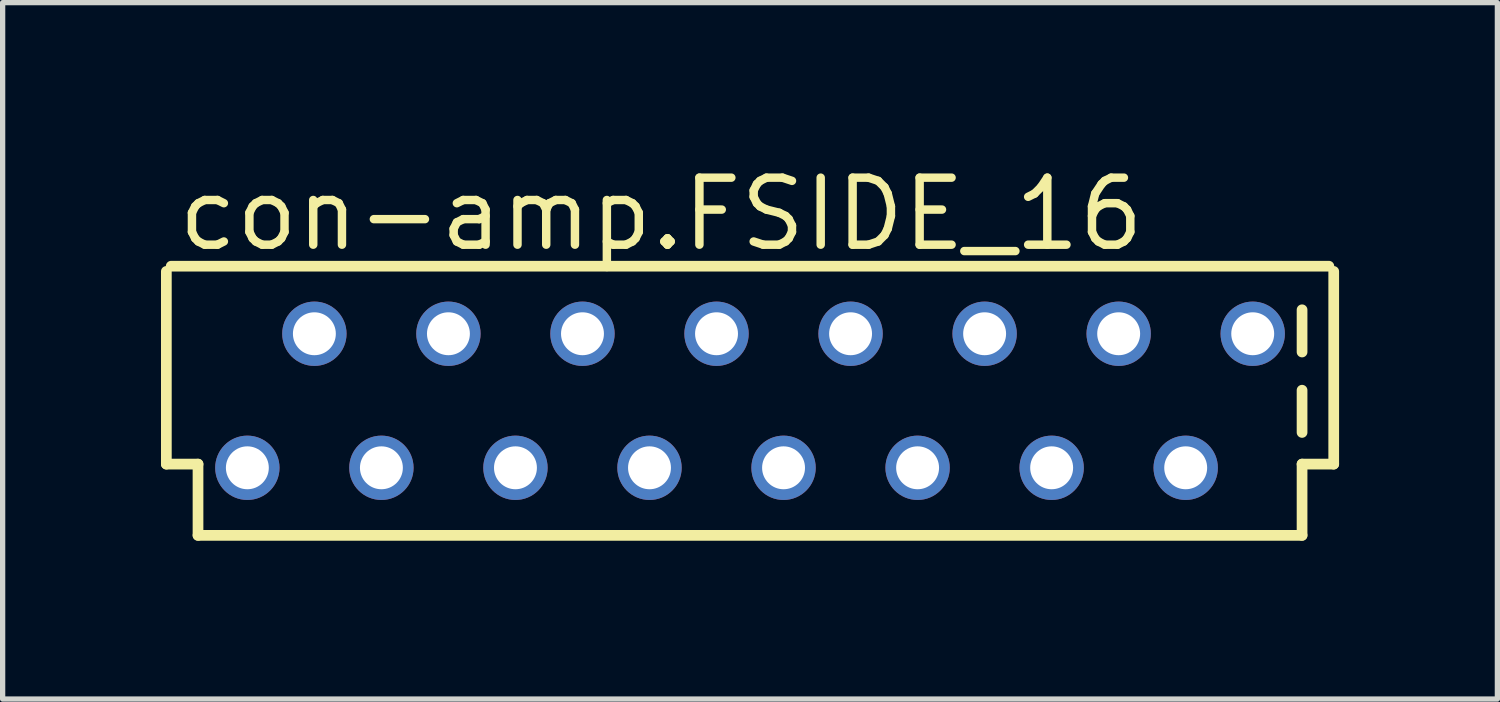
<source format=kicad_pcb>
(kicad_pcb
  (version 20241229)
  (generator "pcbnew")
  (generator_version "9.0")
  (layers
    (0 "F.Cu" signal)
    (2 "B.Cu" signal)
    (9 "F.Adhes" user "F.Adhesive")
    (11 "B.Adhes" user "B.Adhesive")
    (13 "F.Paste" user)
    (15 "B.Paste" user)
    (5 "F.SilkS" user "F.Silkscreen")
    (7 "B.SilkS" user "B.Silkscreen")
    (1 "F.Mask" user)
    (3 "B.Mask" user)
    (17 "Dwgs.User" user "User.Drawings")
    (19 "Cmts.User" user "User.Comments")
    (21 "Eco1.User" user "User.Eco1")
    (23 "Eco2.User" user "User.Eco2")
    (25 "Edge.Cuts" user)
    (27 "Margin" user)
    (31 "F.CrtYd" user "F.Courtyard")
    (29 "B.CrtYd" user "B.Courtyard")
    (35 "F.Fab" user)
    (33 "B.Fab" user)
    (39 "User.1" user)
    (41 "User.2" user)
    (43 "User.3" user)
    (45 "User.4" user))
  (footprint "con-amp.FSIDE_16"
    (layer "F.Cu")
    (at 11.162 4.544)
    (property "Reference" "con-amp.FSIDE_16" (at -10.922 -2.794 0) (layer "F.SilkS") (effects (font (size 1.27 1.27) (thickness 0.16)) (justify left bottom)))
    (attr through_hole)
    (fp_line (start -11.06 -2.451) (end -11.06 1.2) (stroke (width 0.203) (type default)) (layer "F.SilkS"))
    (fp_line (start -11.06 1.2) (end -10.46 1.2) (stroke (width 0.203) (type default)) (layer "F.SilkS"))
    (fp_line (start -10.46 1.2) (end -10.46 2.55) (stroke (width 0.203) (type default)) (layer "F.SilkS"))
    (fp_line (start -10.46 2.55) (end 10.46 2.55) (stroke (width 0.203) (type default)) (layer "F.SilkS"))
    (fp_line (start 10.46 -1.724) (end 10.46 -0.924) (stroke (width 0.203) (type default)) (layer "F.SilkS"))
    (fp_line (start 10.46 -0.2) (end 10.46 0.6) (stroke (width 0.203) (type default)) (layer "F.SilkS"))
    (fp_line (start 10.46 1.2) (end 11.06 1.2) (stroke (width 0.203) (type default)) (layer "F.SilkS"))
    (fp_line (start 10.46 2.55) (end 10.46 1.2) (stroke (width 0.203) (type default)) (layer "F.SilkS"))
    (fp_line (start 10.968 -2.55) (end -10.968 -2.55) (stroke (width 0.203) (type default)) (layer "F.SilkS"))
    (fp_line (start 11.06 1.2) (end 11.06 -2.451) (stroke (width 0.203) (type default)) (layer "F.SilkS"))
    (pad "1" thru_hole circle (at -9.525 1.27) (size 1.219 1.219) (drill 0.813) (layers "*.Cu" "*.Mask"))
    (pad "2" thru_hole circle (at -8.255 -1.27) (size 1.219 1.219) (drill 0.813) (layers "*.Cu" "*.Mask"))
    (pad "3" thru_hole circle (at -6.985 1.27) (size 1.219 1.219) (drill 0.813) (layers "*.Cu" "*.Mask"))
    (pad "4" thru_hole circle (at -5.715 -1.27) (size 1.219 1.219) (drill 0.813) (layers "*.Cu" "*.Mask"))
    (pad "5" thru_hole circle (at -4.445 1.27) (size 1.219 1.219) (drill 0.813) (layers "*.Cu" "*.Mask"))
    (pad "6" thru_hole circle (at -3.175 -1.27) (size 1.219 1.219) (drill 0.813) (layers "*.Cu" "*.Mask"))
    (pad "7" thru_hole circle (at -1.905 1.27) (size 1.219 1.219) (drill 0.813) (layers "*.Cu" "*.Mask"))
    (pad "8" thru_hole circle (at -0.635 -1.27) (size 1.219 1.219) (drill 0.813) (layers "*.Cu" "*.Mask"))
    (pad "9" thru_hole circle (at 0.635 1.27) (size 1.219 1.219) (drill 0.813) (layers "*.Cu" "*.Mask"))
    (pad "10" thru_hole circle (at 1.905 -1.27) (size 1.219 1.219) (drill 0.813) (layers "*.Cu" "*.Mask"))
    (pad "11" thru_hole circle (at 3.175 1.27) (size 1.219 1.219) (drill 0.813) (layers "*.Cu" "*.Mask"))
    (pad "12" thru_hole circle (at 4.445 -1.27) (size 1.219 1.219) (drill 0.813) (layers "*.Cu" "*.Mask"))
    (pad "13" thru_hole circle (at 5.715 1.27) (size 1.219 1.219) (drill 0.813) (layers "*.Cu" "*.Mask"))
    (pad "14" thru_hole circle (at 6.985 -1.27) (size 1.219 1.219) (drill 0.813) (layers "*.Cu" "*.Mask"))
    (pad "15" thru_hole circle (at 8.255 1.27) (size 1.219 1.219) (drill 0.813) (layers "*.Cu" "*.Mask"))
    (pad "16" thru_hole circle (at 9.525 -1.27) (size 1.219 1.219) (drill 0.813) (layers "*.Cu" "*.Mask")))
  (gr_rect
    (start -3 -3)
    (end 25.323 10.196)
    (stroke (width 0.1) (type default))
    (fill no)
    (layer "Edge.Cuts")))
</source>
